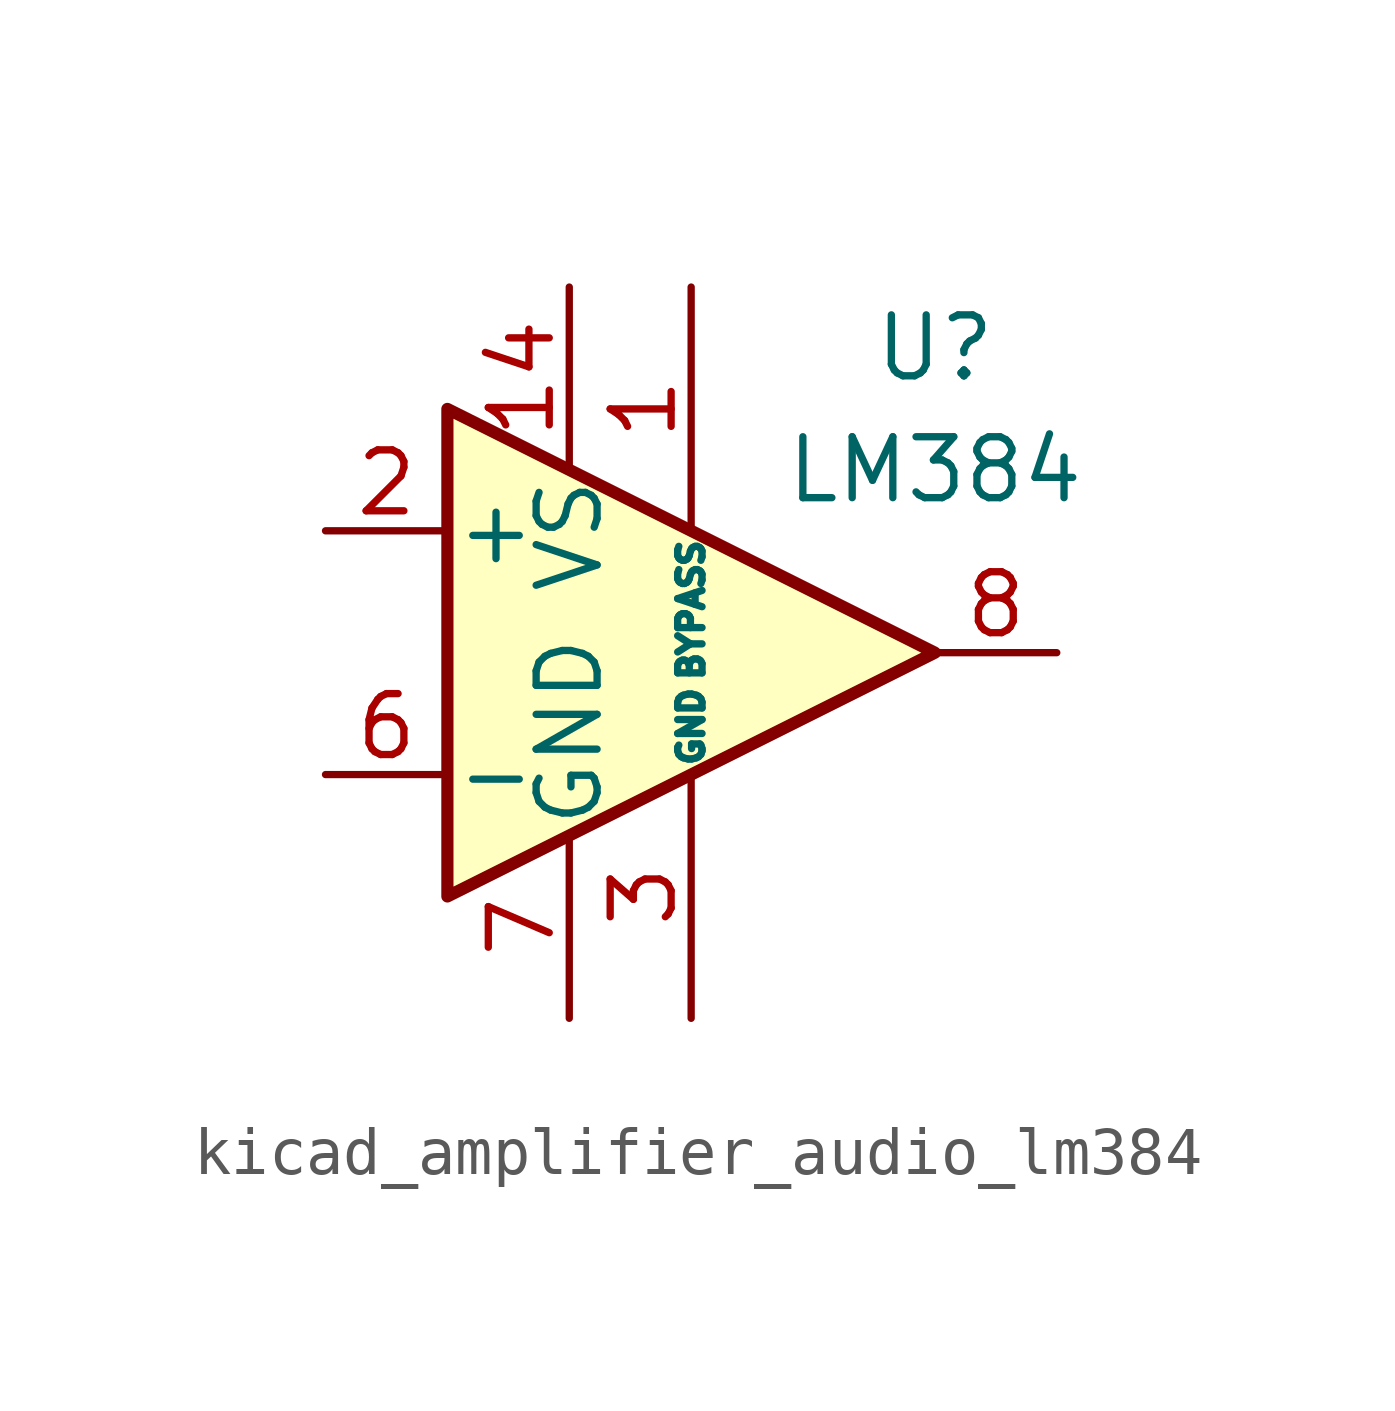
<source format=kicad_sym>
(kicad_symbol_lib
  (version 20220914)
  (generator kicad_symbol_editor)
  (symbol "kicad_amplifier_audio_lm384"
    (pin_names
      (offset 0.127))
    (property "Reference" "U"
      (at 5.08 6.35 0)
      (effects (font (size 1.27 1.27))))
    (property "Value" "LM384"
      (at 5.08 3.81 0)
      (effects (font (size 1.27 1.27))))
    (symbol "kicad_amplifier_audio_lm384_0_1"
      (polyline (pts (xy -5.08 5.08) (xy 5.08 0) (xy -5.08 -5.08) (xy -5.08 5.08)) (stroke (width 0.254) (type default)) (fill (type background))))
    (symbol "kicad_amplifier_audio_lm384_1_1"
      (pin passive line (at 0 7.62 270) (length 5.08) (name "BYPASS" (effects (font (size 0.508 0.508)))) (number "1" (effects (font (size 1.27 1.27)))))
      (pin passive line (at 0 -7.62 90) (length 5.08) hide (name "GND" (effects (font (size 0.508 0.508)))) (number "10" (effects (font (size 1.27 1.27)))))
      (pin passive line (at 0 -7.62 90) (length 5.08) hide (name "GND" (effects (font (size 0.508 0.508)))) (number "11" (effects (font (size 1.27 1.27)))))
      (pin passive line (at 0 -7.62 90) (length 5.08) hide (name "GND" (effects (font (size 0.508 0.508)))) (number "12" (effects (font (size 1.27 1.27)))))
      (pin no_connect line (at 0 2.54 270) (length 2.54) hide (name "NC" (effects (font (size 1.27 1.27)))) (number "13" (effects (font (size 1.27 1.27)))))
      (pin power_in line (at -2.54 7.62 270) (length 3.81) (name "VS" (effects (font (size 1.27 1.27)))) (number "14" (effects (font (size 1.27 1.27)))))
      (pin input line (at -7.62 2.54 0) (length 2.54) (name "+" (effects (font (size 1.27 1.27)))) (number "2" (effects (font (size 1.27 1.27)))))
      (pin power_in line (at 0 -7.62 90) (length 5.08) (name "GND" (effects (font (size 0.508 0.508)))) (number "3" (effects (font (size 1.27 1.27)))))
      (pin passive line (at 0 -7.62 90) (length 5.08) hide (name "GND" (effects (font (size 0.508 0.508)))) (number "4" (effects (font (size 1.27 1.27)))))
      (pin passive line (at 0 -7.62 90) (length 5.08) hide (name "GND" (effects (font (size 0.508 0.508)))) (number "5" (effects (font (size 1.27 1.27)))))
      (pin input line (at -7.62 -2.54 0) (length 2.54) (name "-" (effects (font (size 1.27 1.27)))) (number "6" (effects (font (size 1.27 1.27)))))
      (pin power_in line (at -2.54 -7.62 90) (length 3.81) (name "GND" (effects (font (size 1.27 1.27)))) (number "7" (effects (font (size 1.27 1.27)))))
      (pin output line (at 7.62 0 180) (length 2.54) (name "~" (effects (font (size 1.27 1.27)))) (number "8" (effects (font (size 1.27 1.27)))))
      (pin no_connect line (at -2.54 2.54 270) (length 2.54) hide (name "NC" (effects (font (size 1.27 1.27)))) (number "9" (effects (font (size 1.27 1.27))))))))
</source>
